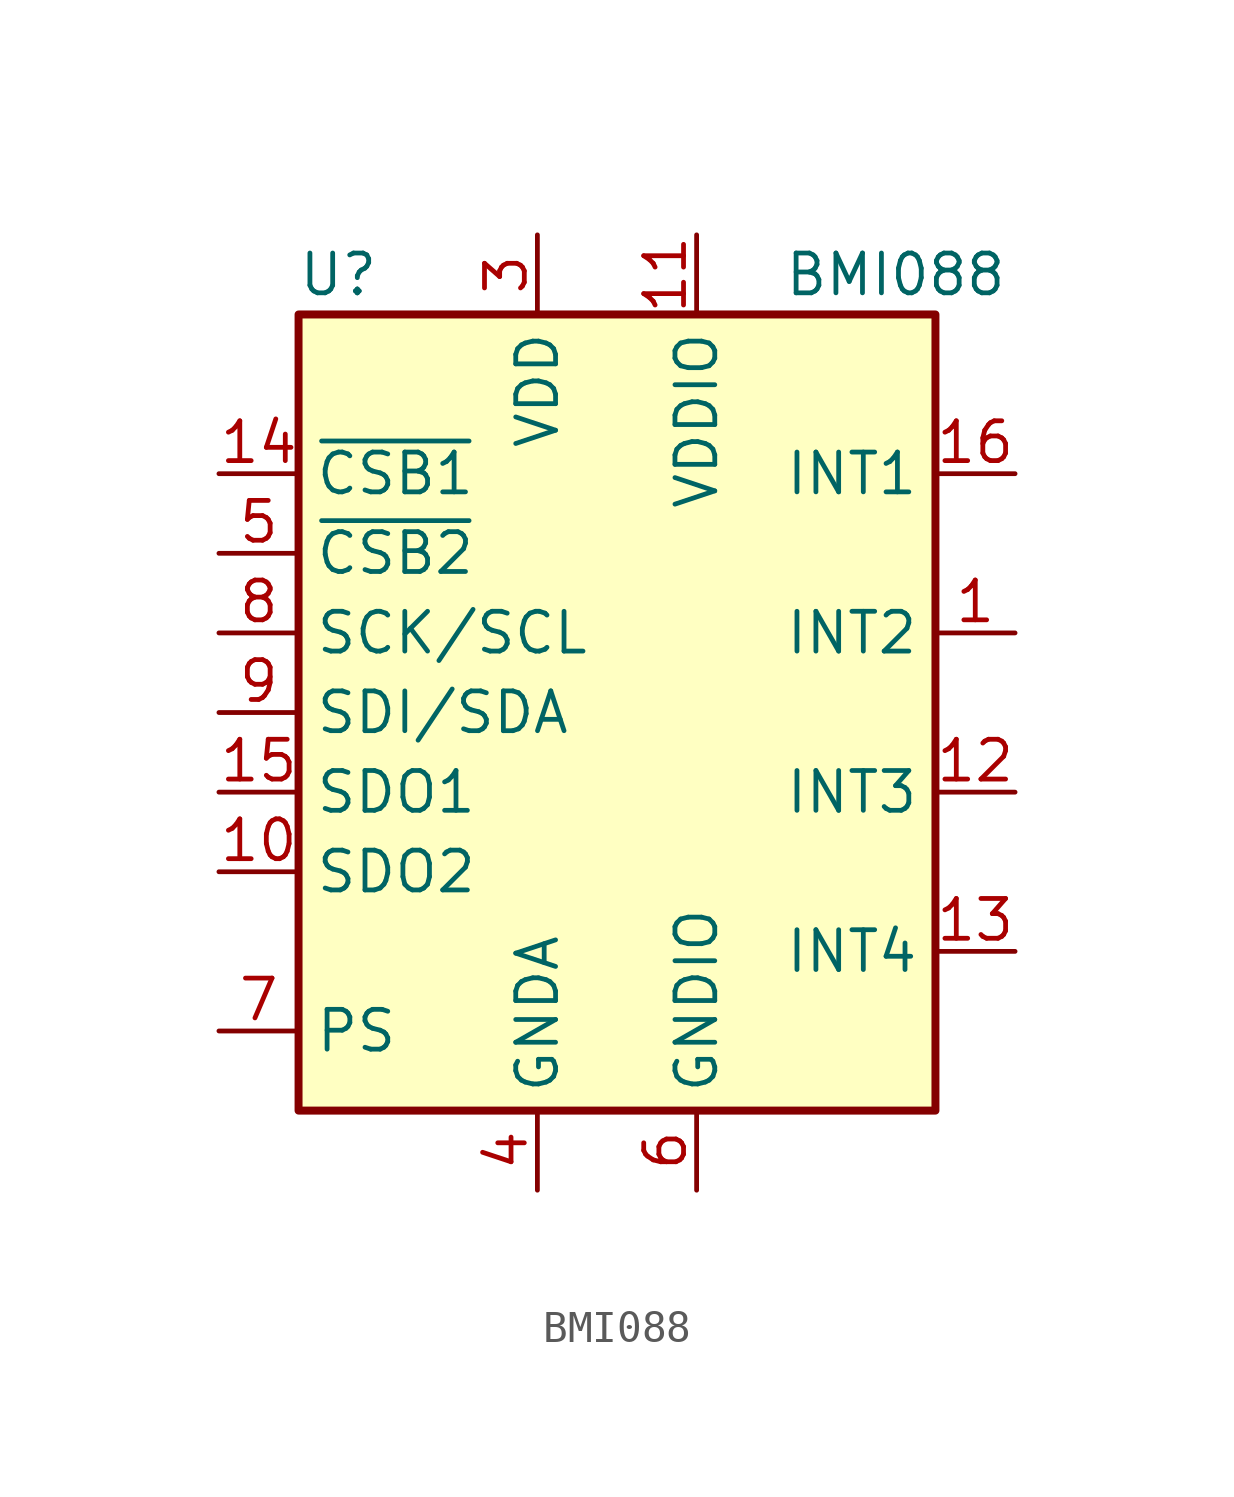
<source format=kicad_sym>
(kicad_symbol_lib
  (version 20241209)
  (generator "kicad_symbol_editor")
  (generator_version "9.0")
  (symbol "BMI088"
    (property "Reference" "U"
      (at -8.89 13.97 0)
      (effects (font (size 1.27 1.27))))
    (property "Value" "BMI088"
      (at 8.89 13.97 0)
      (effects (font (size 1.27 1.27))))
    (symbol "BMI088_1_1"
      (rectangle (start -10.16 12.7) (end 10.16 -12.7) (stroke (width 0.254) (type solid)) (fill (type background)))
      (pin input line (at -12.7 7.62 0) (length 2.54) (name "~{CSB1}" (effects (font (size 1.27 1.27)))) (number "14" (effects (font (size 1.27 1.27)))))
      (pin input line (at -12.7 5.08 0) (length 2.54) (name "~{CSB2}" (effects (font (size 1.27 1.27)))) (number "5" (effects (font (size 1.27 1.27)))))
      (pin input line (at -12.7 2.54 0) (length 2.54) (name "SCK/SCL" (effects (font (size 1.27 1.27)))) (number "8" (effects (font (size 1.27 1.27)))))
      (pin bidirectional line (at -12.7 0 0) (length 2.54) (name "SDI/SDA" (effects (font (size 1.27 1.27)))) (number "9" (effects (font (size 1.27 1.27)))))
      (pin bidirectional line (at -12.7 -2.54 0) (length 2.54) (name "SDO1" (effects (font (size 1.27 1.27)))) (number "15" (effects (font (size 1.27 1.27)))))
      (pin bidirectional line (at -12.7 -5.08 0) (length 2.54) (name "SDO2" (effects (font (size 1.27 1.27)))) (number "10" (effects (font (size 1.27 1.27)))))
      (pin input line (at -12.7 -10.16 0) (length 2.54) (name "PS" (effects (font (size 1.27 1.27)))) (number "7" (effects (font (size 1.27 1.27)))))
      (pin power_in line (at -2.54 15.24 270) (length 2.54) (name "VDD" (effects (font (size 1.27 1.27)))) (number "3" (effects (font (size 1.27 1.27)))))
      (pin passive line (at -2.54 -15.24 90) (length 2.54) (hide yes) (name "GNDA" (effects (font (size 1.27 1.27)))) (number "2" (effects (font (size 1.27 1.27)))))
      (pin power_in line (at -2.54 -15.24 90) (length 2.54) (name "GNDA" (effects (font (size 1.27 1.27)))) (number "4" (effects (font (size 1.27 1.27)))))
      (pin power_in line (at 2.54 15.24 270) (length 2.54) (name "VDDIO" (effects (font (size 1.27 1.27)))) (number "11" (effects (font (size 1.27 1.27)))))
      (pin power_in line (at 2.54 -15.24 90) (length 2.54) (name "GNDIO" (effects (font (size 1.27 1.27)))) (number "6" (effects (font (size 1.27 1.27)))))
      (pin bidirectional line (at 12.7 7.62 180) (length 2.54) (name "INT1" (effects (font (size 1.27 1.27)))) (number "16" (effects (font (size 1.27 1.27)))))
      (pin bidirectional line (at 12.7 2.54 180) (length 2.54) (name "INT2" (effects (font (size 1.27 1.27)))) (number "1" (effects (font (size 1.27 1.27)))))
      (pin bidirectional line (at 12.7 -2.54 180) (length 2.54) (name "INT3" (effects (font (size 1.27 1.27)))) (number "12" (effects (font (size 1.27 1.27)))))
      (pin bidirectional line (at 12.7 -7.62 180) (length 2.54) (name "INT4" (effects (font (size 1.27 1.27)))) (number "13" (effects (font (size 1.27 1.27))))))))
</source>
